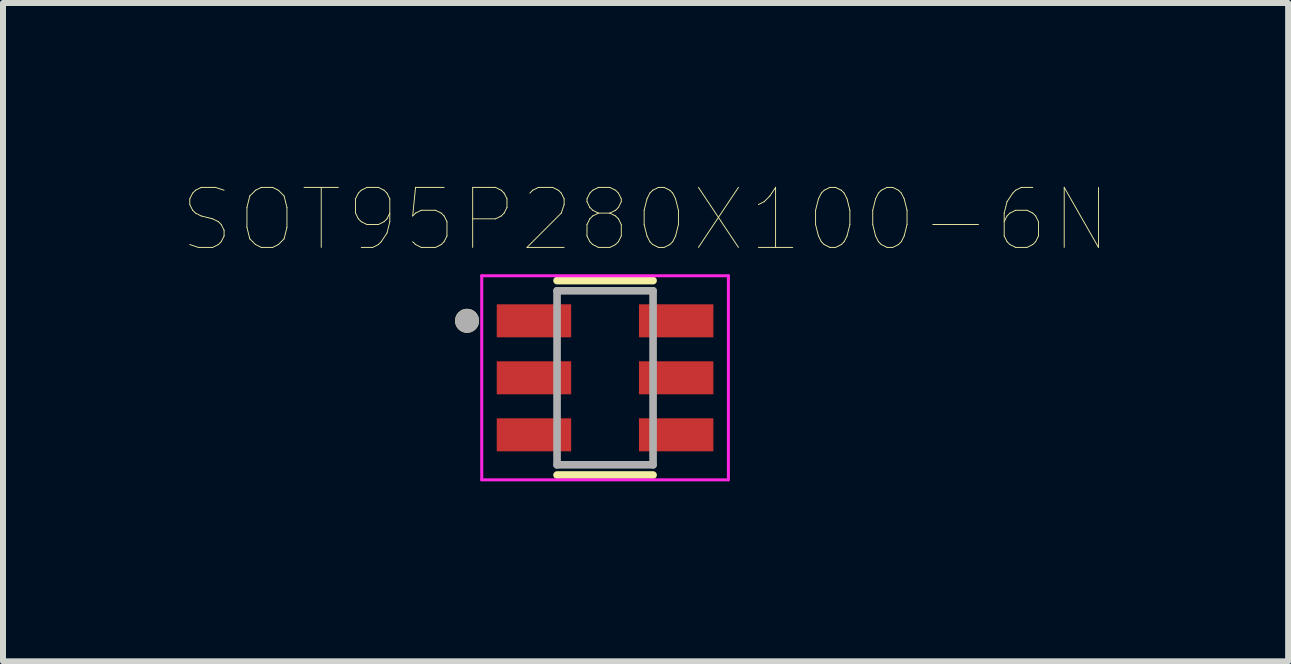
<source format=kicad_pcb>
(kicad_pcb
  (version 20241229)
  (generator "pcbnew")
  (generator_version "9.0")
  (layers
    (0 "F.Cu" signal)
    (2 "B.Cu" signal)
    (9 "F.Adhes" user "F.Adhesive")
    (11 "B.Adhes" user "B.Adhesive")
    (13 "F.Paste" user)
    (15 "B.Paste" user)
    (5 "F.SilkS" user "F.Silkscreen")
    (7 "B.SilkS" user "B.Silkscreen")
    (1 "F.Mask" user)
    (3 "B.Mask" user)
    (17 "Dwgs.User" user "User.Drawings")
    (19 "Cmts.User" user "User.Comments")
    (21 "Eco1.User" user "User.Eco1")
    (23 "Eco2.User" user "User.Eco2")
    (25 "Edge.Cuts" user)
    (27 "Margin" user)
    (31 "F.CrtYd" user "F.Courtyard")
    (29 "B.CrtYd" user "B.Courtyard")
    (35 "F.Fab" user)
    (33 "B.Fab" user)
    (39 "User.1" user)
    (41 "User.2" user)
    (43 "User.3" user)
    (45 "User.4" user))
  (footprint "SOT95P280X100-6N"
    (layer "F.Cu")
    (at 7.033 3.246)
    (property "Reference" "SOT95P280X100-6N" (at 0.675 -2.635 0) (layer "F.SilkS") (effects (font (size 1 1) (thickness 0.015))))
    (attr through_hole)
    (fp_line (start -0.8 -1.62) (end 0.8 -1.62) (stroke (width 0.127) (type solid)) (layer "F.SilkS"))
    (fp_line (start -0.8 1.62) (end 0.8 1.62) (stroke (width 0.127) (type solid)) (layer "F.SilkS"))
    (fp_circle (center -2.3 -0.95) (end -2.2 -0.95) (stroke (width 0.2) (type solid)) (fill no) (layer "F.SilkS"))
    (fp_line (start -2.055 -1.7) (end -2.055 1.7) (stroke (width 0.05) (type solid)) (layer "F.CrtYd"))
    (fp_line (start -2.055 -1.7) (end 2.055 -1.7) (stroke (width 0.05) (type solid)) (layer "F.CrtYd"))
    (fp_line (start -2.055 1.7) (end 2.055 1.7) (stroke (width 0.05) (type solid)) (layer "F.CrtYd"))
    (fp_line (start 2.055 -1.7) (end 2.055 1.7) (stroke (width 0.05) (type solid)) (layer "F.CrtYd"))
    (fp_line (start -0.8 -1.45) (end -0.8 1.45) (stroke (width 0.127) (type solid)) (layer "F.Fab"))
    (fp_line (start -0.8 -1.45) (end 0.8 -1.45) (stroke (width 0.127) (type solid)) (layer "F.Fab"))
    (fp_line (start -0.8 1.45) (end 0.8 1.45) (stroke (width 0.127) (type solid)) (layer "F.Fab"))
    (fp_line (start 0.8 -1.45) (end 0.8 1.45) (stroke (width 0.127) (type solid)) (layer "F.Fab"))
    (fp_circle (center -2.3 -0.95) (end -2.2 -0.95) (stroke (width 0.2) (type solid)) (fill no) (layer "F.Fab"))
    (pad "1" smd rect (at -1.185 -0.95) (size 1.24 0.55) (layers "F.Cu" "F.Mask" "F.Paste"))
    (pad "2" smd rect (at -1.185 0) (size 1.24 0.55) (layers "F.Cu" "F.Mask" "F.Paste"))
    (pad "3" smd rect (at -1.185 0.95) (size 1.24 0.55) (layers "F.Cu" "F.Mask" "F.Paste"))
    (pad "4" smd rect (at 1.185 0.95) (size 1.24 0.55) (layers "F.Cu" "F.Mask" "F.Paste"))
    (pad "5" smd rect (at 1.185 0) (size 1.24 0.55) (layers "F.Cu" "F.Mask" "F.Paste"))
    (pad "6" smd rect (at 1.185 -0.95) (size 1.24 0.55) (layers "F.Cu" "F.Mask" "F.Paste")))
  (gr_rect
    (start -3 -3)
    (end 18.416 7.971)
    (stroke (width 0.1) (type default))
    (fill no)
    (layer "Edge.Cuts")))
</source>
